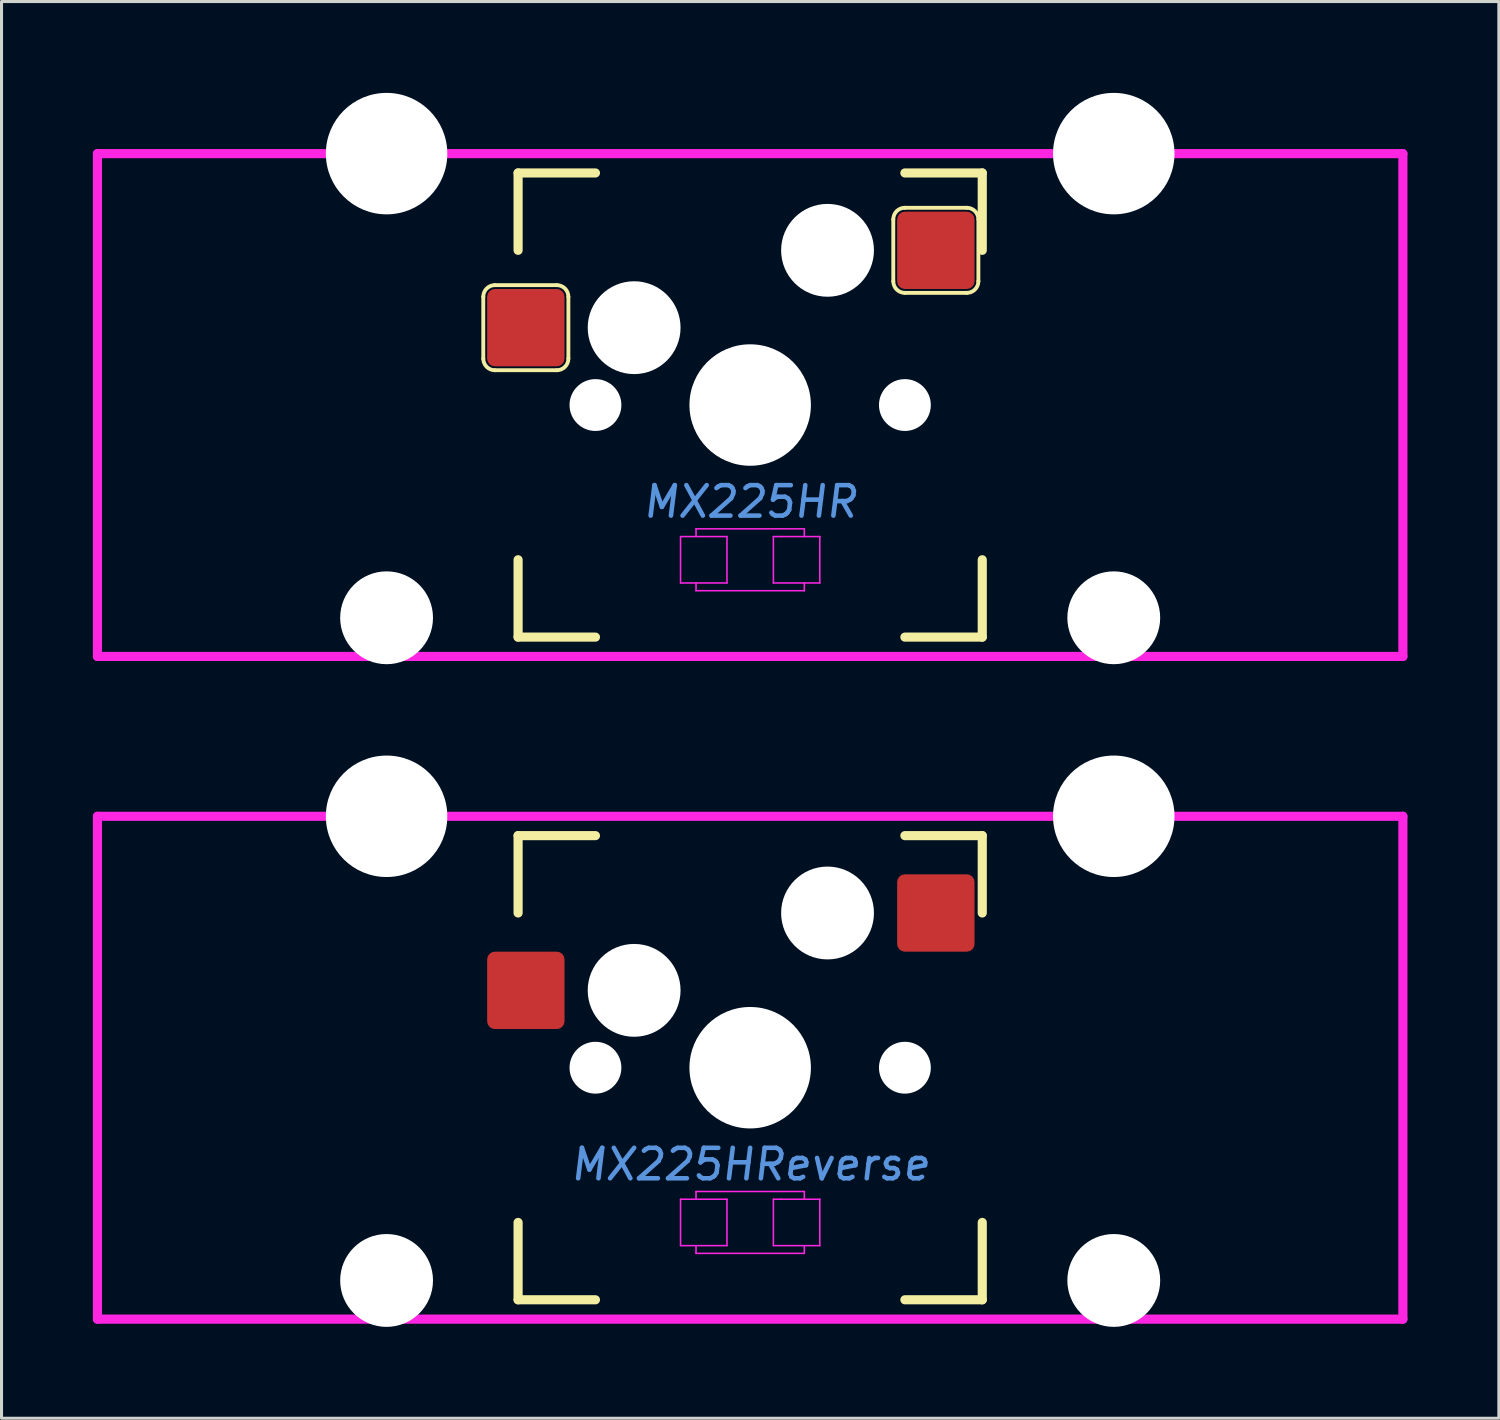
<source format=kicad_pcb>
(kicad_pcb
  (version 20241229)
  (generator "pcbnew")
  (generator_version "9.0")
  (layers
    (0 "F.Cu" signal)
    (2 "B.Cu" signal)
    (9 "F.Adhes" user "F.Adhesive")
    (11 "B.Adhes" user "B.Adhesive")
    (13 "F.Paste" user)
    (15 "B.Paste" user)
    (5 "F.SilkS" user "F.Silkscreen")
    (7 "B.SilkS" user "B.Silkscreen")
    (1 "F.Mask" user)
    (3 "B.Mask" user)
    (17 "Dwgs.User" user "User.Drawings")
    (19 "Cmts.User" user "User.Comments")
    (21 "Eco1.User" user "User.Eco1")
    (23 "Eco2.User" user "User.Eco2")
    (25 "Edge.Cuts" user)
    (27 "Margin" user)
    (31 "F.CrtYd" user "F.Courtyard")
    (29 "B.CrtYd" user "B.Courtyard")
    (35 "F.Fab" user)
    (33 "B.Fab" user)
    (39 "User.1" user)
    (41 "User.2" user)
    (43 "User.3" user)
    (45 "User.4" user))
  (footprint "MX225HR"
    (layer "F.Cu")
    (at 21.581 10.249)
    (property "Reference" "MX225HR" (at 0 3.175 0) (layer "Cmts.User") (effects (font (size 1 1) (thickness 0.15) (italic yes))))
    (attr through_hole)
    (fp_line (start -8.763 -3.556) (end -8.763 -1.524) (stroke (width 0.127) (type solid)) (layer "F.SilkS"))
    (fp_line (start -8.382 -1.143) (end -6.35 -1.143) (stroke (width 0.127) (type solid)) (layer "F.SilkS"))
    (fp_line (start -7.62 -7.62) (end -7.62 -5.08) (stroke (width 0.3) (type solid)) (layer "F.SilkS"))
    (fp_line (start -7.62 -7.62) (end -5.08 -7.62) (stroke (width 0.3) (type solid)) (layer "F.SilkS"))
    (fp_line (start -7.62 7.62) (end -7.62 5.08) (stroke (width 0.3) (type solid)) (layer "F.SilkS"))
    (fp_line (start -7.62 7.62) (end -5.08 7.62) (stroke (width 0.3) (type solid)) (layer "F.SilkS"))
    (fp_line (start -6.35 -3.937) (end -8.382 -3.937) (stroke (width 0.127) (type solid)) (layer "F.SilkS"))
    (fp_line (start -5.969 -1.524) (end -5.969 -3.556) (stroke (width 0.127) (type solid)) (layer "F.SilkS"))
    (fp_line (start 4.699 -6.096) (end 4.699 -4.064) (stroke (width 0.127) (type solid)) (layer "F.SilkS"))
    (fp_line (start 5.08 -3.683) (end 7.112 -3.683) (stroke (width 0.127) (type solid)) (layer "F.SilkS"))
    (fp_line (start 7.112 -6.477) (end 5.08 -6.477) (stroke (width 0.127) (type solid)) (layer "F.SilkS"))
    (fp_line (start 7.493 -4.064) (end 7.493 -6.096) (stroke (width 0.127) (type solid)) (layer "F.SilkS"))
    (fp_line (start 7.62 -7.62) (end 5.08 -7.62) (stroke (width 0.3) (type solid)) (layer "F.SilkS"))
    (fp_line (start 7.62 -7.62) (end 7.62 -5.08) (stroke (width 0.3) (type solid)) (layer "F.SilkS"))
    (fp_line (start 7.62 7.62) (end 5.08 7.62) (stroke (width 0.3) (type solid)) (layer "F.SilkS"))
    (fp_line (start 7.62 7.62) (end 7.62 5.08) (stroke (width 0.3) (type solid)) (layer "F.SilkS"))
    (fp_arc (start -8.763 -3.556) (mid -8.651408 -3.825408) (end -8.382 -3.937) (stroke (width 0.127) (type solid)) (layer "F.SilkS"))
    (fp_arc (start -8.382 -1.143) (mid -8.651408 -1.254592) (end -8.763 -1.524) (stroke (width 0.127) (type solid)) (layer "F.SilkS"))
    (fp_arc (start -6.35 -3.937) (mid -6.080592 -3.825408) (end -5.969 -3.556) (stroke (width 0.127) (type solid)) (layer "F.SilkS"))
    (fp_arc (start -5.969 -1.524) (mid -6.080592 -1.254592) (end -6.35 -1.143) (stroke (width 0.127) (type solid)) (layer "F.SilkS"))
    (fp_arc (start 4.699 -6.096) (mid 4.810592 -6.365408) (end 5.08 -6.477) (stroke (width 0.127) (type solid)) (layer "F.SilkS"))
    (fp_arc (start 5.08 -3.683) (mid 4.810592 -3.794592) (end 4.699 -4.064) (stroke (width 0.127) (type solid)) (layer "F.SilkS"))
    (fp_arc (start 7.112 -6.477) (mid 7.381408 -6.365408) (end 7.493 -6.096) (stroke (width 0.127) (type solid)) (layer "F.SilkS"))
    (fp_arc (start 7.493 -4.064) (mid 7.381408 -3.794592) (end 7.112 -3.683) (stroke (width 0.127) (type solid)) (layer "F.SilkS"))
    (fp_line (start -21.431 -8.255) (end -21.431 8.255) (stroke (width 0.3) (type solid)) (layer "F.CrtYd"))
    (fp_line (start -21.431 -8.255) (end 21.431 -8.255) (stroke (width 0.3) (type solid)) (layer "F.CrtYd"))
    (fp_line (start -21.431 8.255) (end 21.431 8.255) (stroke (width 0.3) (type solid)) (layer "F.CrtYd"))
    (fp_line (start -2.286 4.318) (end -0.762 4.318) (stroke (width 0.051) (type solid)) (layer "F.CrtYd"))
    (fp_line (start -2.286 5.842) (end -2.286 4.318) (stroke (width 0.051) (type solid)) (layer "F.CrtYd"))
    (fp_line (start -1.778 4.064) (end 1.778 4.064) (stroke (width 0.051) (type solid)) (layer "F.CrtYd"))
    (fp_line (start -1.778 4.318) (end -1.778 4.064) (stroke (width 0.051) (type solid)) (layer "F.CrtYd"))
    (fp_line (start -1.778 6.096) (end -1.778 5.842) (stroke (width 0.051) (type solid)) (layer "F.CrtYd"))
    (fp_line (start -0.762 4.318) (end -0.762 5.842) (stroke (width 0.051) (type solid)) (layer "F.CrtYd"))
    (fp_line (start -0.762 5.842) (end -2.286 5.842) (stroke (width 0.051) (type solid)) (layer "F.CrtYd"))
    (fp_line (start 0.762 4.318) (end 0.762 5.842) (stroke (width 0.051) (type solid)) (layer "F.CrtYd"))
    (fp_line (start 0.762 5.842) (end 2.286 5.842) (stroke (width 0.051) (type solid)) (layer "F.CrtYd"))
    (fp_line (start 1.016 4.318) (end 0.762 4.318) (stroke (width 0.051) (type solid)) (layer "F.CrtYd"))
    (fp_line (start 1.778 4.064) (end 1.778 4.318) (stroke (width 0.051) (type solid)) (layer "F.CrtYd"))
    (fp_line (start 1.778 5.842) (end 1.778 6.096) (stroke (width 0.051) (type solid)) (layer "F.CrtYd"))
    (fp_line (start 1.778 6.096) (end -1.778 6.096) (stroke (width 0.051) (type solid)) (layer "F.CrtYd"))
    (fp_line (start 2.286 4.318) (end 1.016 4.318) (stroke (width 0.051) (type solid)) (layer "F.CrtYd"))
    (fp_line (start 2.286 5.842) (end 2.286 4.318) (stroke (width 0.051) (type solid)) (layer "F.CrtYd"))
    (fp_line (start 21.431 -8.255) (end 21.431 8.255) (stroke (width 0.3) (type solid)) (layer "F.CrtYd"))
    (pad "" np_thru_hole circle (at -11.938 -8.255) (size 3.988 3.988) (drill 3.988) (layers "*.Cu" "*.Mask"))
    (pad "" np_thru_hole circle (at -11.938 6.985) (size 3.048 3.048) (drill 3.048) (layers "*.Cu" "*.Mask"))
    (pad "" np_thru_hole circle (at -5.08 0) (size 1.702 1.702) (drill 1.702) (layers "*.Cu" "*.Mask"))
    (pad "" np_thru_hole circle (at -3.81 -2.54) (size 3.048 3.048) (drill 3.048) (layers "*.Cu" "*.Mask"))
    (pad "" np_thru_hole circle (at 0 0) (size 3.988 3.988) (drill 3.988) (layers "*.Cu" "*.Mask"))
    (pad "" np_thru_hole circle (at 2.54 -5.08) (size 3.048 3.048) (drill 3.048) (layers "*.Cu" "*.Mask"))
    (pad "" np_thru_hole circle (at 5.08 0) (size 1.702 1.702) (drill 1.702) (layers "*.Cu" "*.Mask"))
    (pad "" np_thru_hole circle (at 11.938 -8.255) (size 3.988 3.988) (drill 3.988) (layers "*.Cu" "*.Mask"))
    (pad "" np_thru_hole circle (at 11.938 6.985) (size 3.048 3.048) (drill 3.048) (layers "*.Cu" "*.Mask"))
    (pad "1" connect roundrect (at -7.366 -2.54) (size 2.54 2.54) (layers "F.Cu" "F.Mask") (roundrect_rratio 0.1))
    (pad "2" connect roundrect (at 6.096 -5.08) (size 2.54 2.54) (layers "F.Cu" "F.Mask") (roundrect_rratio 0.1)))
  (footprint "MX225HReverse"
    (layer "F.Cu")
    (at 21.581 32.007)
    (property "Reference" "MX225HReverse" (at 0 3.175 0) (layer "Cmts.User") (effects (font (size 1 1) (thickness 0.15) (italic yes))))
    (attr through_hole)
    (fp_line (start -7.62 -7.62) (end -7.62 -5.08) (stroke (width 0.3) (type solid)) (layer "F.SilkS"))
    (fp_line (start -7.62 -7.62) (end -5.08 -7.62) (stroke (width 0.3) (type solid)) (layer "F.SilkS"))
    (fp_line (start -7.62 7.62) (end -7.62 5.08) (stroke (width 0.3) (type solid)) (layer "F.SilkS"))
    (fp_line (start -7.62 7.62) (end -5.08 7.62) (stroke (width 0.3) (type solid)) (layer "F.SilkS"))
    (fp_line (start 7.62 -7.62) (end 5.08 -7.62) (stroke (width 0.3) (type solid)) (layer "F.SilkS"))
    (fp_line (start 7.62 -7.62) (end 7.62 -5.08) (stroke (width 0.3) (type solid)) (layer "F.SilkS"))
    (fp_line (start 7.62 7.62) (end 5.08 7.62) (stroke (width 0.3) (type solid)) (layer "F.SilkS"))
    (fp_line (start 7.62 7.62) (end 7.62 5.08) (stroke (width 0.3) (type solid)) (layer "F.SilkS"))
    (fp_line (start -21.431 -8.255) (end -21.431 8.255) (stroke (width 0.3) (type solid)) (layer "F.CrtYd"))
    (fp_line (start -21.431 -8.255) (end 21.431 -8.255) (stroke (width 0.3) (type solid)) (layer "F.CrtYd"))
    (fp_line (start -21.431 8.255) (end 21.431 8.255) (stroke (width 0.3) (type solid)) (layer "F.CrtYd"))
    (fp_line (start -2.286 4.318) (end -0.762 4.318) (stroke (width 0.051) (type solid)) (layer "F.CrtYd"))
    (fp_line (start -2.286 5.842) (end -2.286 4.318) (stroke (width 0.051) (type solid)) (layer "F.CrtYd"))
    (fp_line (start -1.778 4.064) (end 1.778 4.064) (stroke (width 0.051) (type solid)) (layer "F.CrtYd"))
    (fp_line (start -1.778 4.318) (end -1.778 4.064) (stroke (width 0.051) (type solid)) (layer "F.CrtYd"))
    (fp_line (start -1.778 6.096) (end -1.778 5.842) (stroke (width 0.051) (type solid)) (layer "F.CrtYd"))
    (fp_line (start -0.762 4.318) (end -0.762 5.842) (stroke (width 0.051) (type solid)) (layer "F.CrtYd"))
    (fp_line (start -0.762 5.842) (end -2.286 5.842) (stroke (width 0.051) (type solid)) (layer "F.CrtYd"))
    (fp_line (start 0.762 4.318) (end 0.762 5.842) (stroke (width 0.051) (type solid)) (layer "F.CrtYd"))
    (fp_line (start 0.762 5.842) (end 2.286 5.842) (stroke (width 0.051) (type solid)) (layer "F.CrtYd"))
    (fp_line (start 1.016 4.318) (end 0.762 4.318) (stroke (width 0.051) (type solid)) (layer "F.CrtYd"))
    (fp_line (start 1.778 4.064) (end 1.778 4.318) (stroke (width 0.051) (type solid)) (layer "F.CrtYd"))
    (fp_line (start 1.778 5.842) (end 1.778 6.096) (stroke (width 0.051) (type solid)) (layer "F.CrtYd"))
    (fp_line (start 1.778 6.096) (end -1.778 6.096) (stroke (width 0.051) (type solid)) (layer "F.CrtYd"))
    (fp_line (start 2.286 4.318) (end 1.016 4.318) (stroke (width 0.051) (type solid)) (layer "F.CrtYd"))
    (fp_line (start 2.286 5.842) (end 2.286 4.318) (stroke (width 0.051) (type solid)) (layer "F.CrtYd"))
    (fp_line (start 21.431 -8.255) (end 21.431 8.255) (stroke (width 0.3) (type solid)) (layer "F.CrtYd"))
    (pad "" np_thru_hole circle (at -11.938 -8.255) (size 3.988 3.988) (drill 3.988) (layers "*.Cu" "*.Mask"))
    (pad "" np_thru_hole circle (at -11.938 6.985) (size 3.048 3.048) (drill 3.048) (layers "*.Cu" "*.Mask"))
    (pad "" np_thru_hole circle (at -5.08 0) (size 1.702 1.702) (drill 1.702) (layers "*.Cu" "*.Mask"))
    (pad "" np_thru_hole circle (at -3.81 -2.54) (size 3.048 3.048) (drill 3.048) (layers "*.Cu" "*.Mask"))
    (pad "" np_thru_hole circle (at 0 0) (size 3.988 3.988) (drill 3.988) (layers "*.Cu" "*.Mask"))
    (pad "" np_thru_hole circle (at 2.54 -5.08) (size 3.048 3.048) (drill 3.048) (layers "*.Cu" "*.Mask"))
    (pad "" np_thru_hole circle (at 5.08 0) (size 1.702 1.702) (drill 1.702) (layers "*.Cu" "*.Mask"))
    (pad "" np_thru_hole circle (at 11.938 -8.255) (size 3.988 3.988) (drill 3.988) (layers "*.Cu" "*.Mask"))
    (pad "" np_thru_hole circle (at 11.938 6.985) (size 3.048 3.048) (drill 3.048) (layers "*.Cu" "*.Mask"))
    (pad "1" connect roundrect (at -7.366 -2.54) (size 2.54 2.54) (layers "F.Cu" "F.Mask") (roundrect_rratio 0.1))
    (pad "2" connect roundrect (at 6.096 -5.08) (size 2.54 2.54) (layers "F.Cu" "F.Mask") (roundrect_rratio 0.1)))
  (gr_rect
    (start -3 -3)
    (end 46.163 43.516)
    (stroke (width 0.1) (type default))
    (fill no)
    (layer "Edge.Cuts")))
</source>
